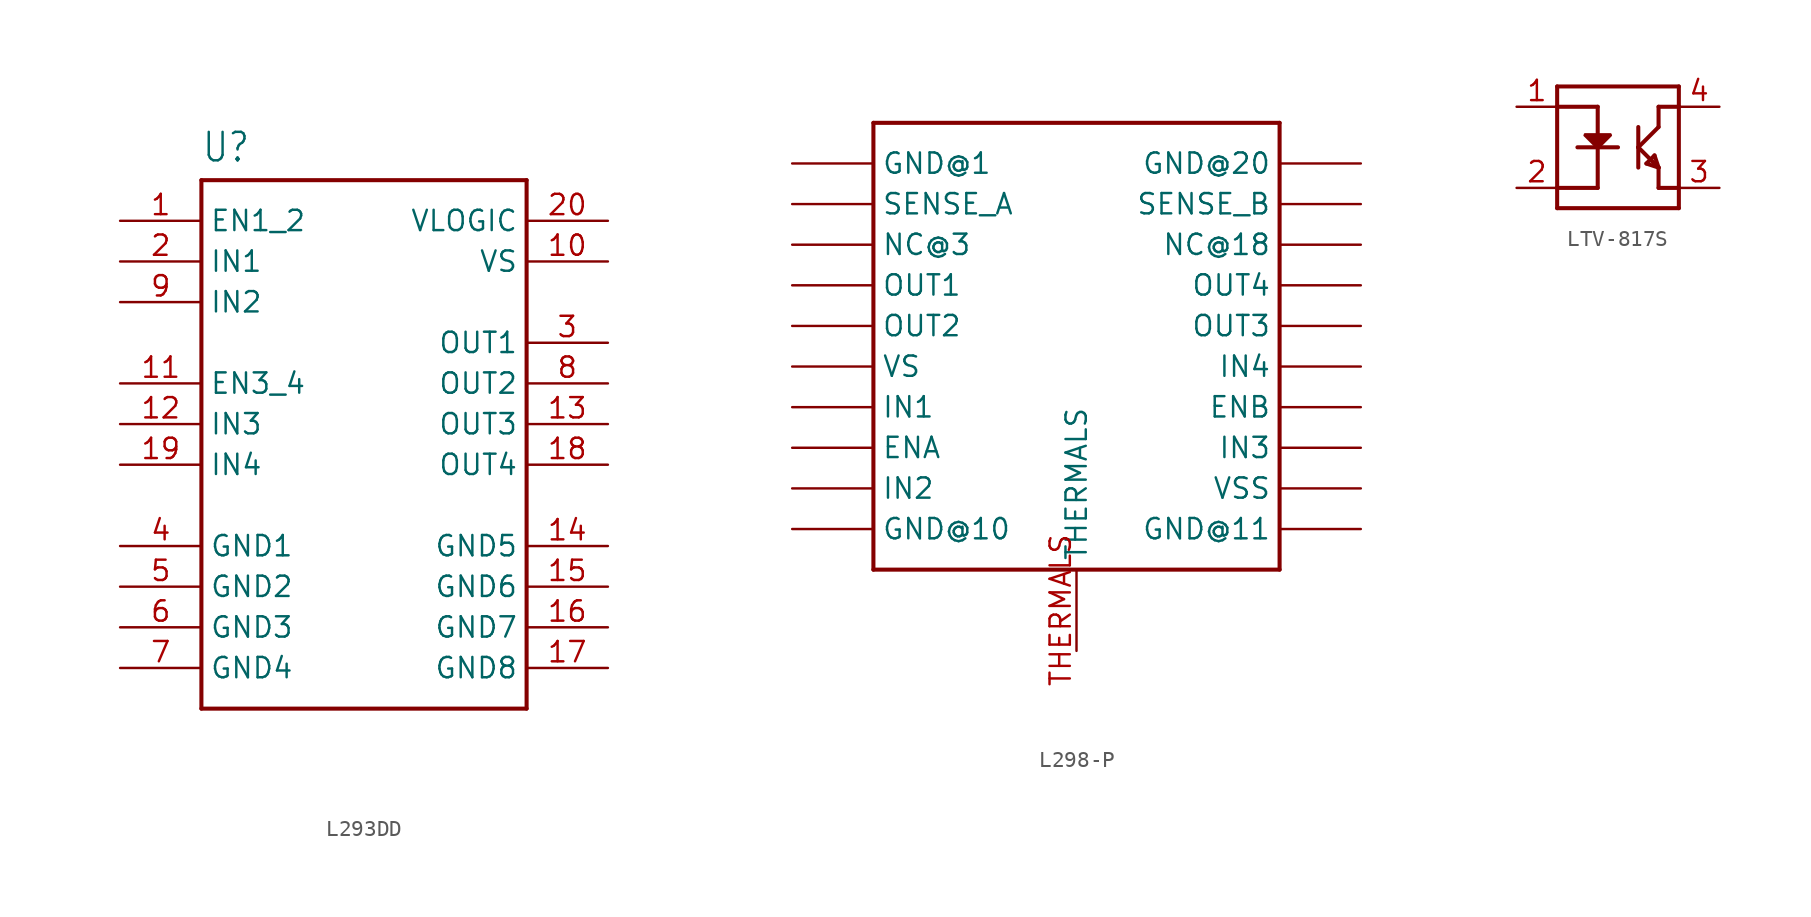
<source format=kicad_sym>
(kicad_symbol_lib
  (version 20241209)
  (generator "kicad_symbol_editor")
  (generator_version "9.0")
  (symbol "L293DD"
    (property "Reference" "U"
      (at -10.16 18.796 0)
      (effects (font (size 1.778 1.511)) (justify left bottom)))
    (property "Value" ""
      (at -10.16 -17.78 0)
      (effects (font (size 1.778 1.511)) (justify left bottom)))
    (property "ki_locked" ""
      (at 0 0 0)
      (effects (font (size 1.27 1.27))))
    (symbol "L293DD_1_0"
      (polyline (pts (xy -10.16 17.78) (xy -10.16 -15.24)) (stroke (width 0.254) (type solid)) (fill (type none)))
      (polyline (pts (xy -10.16 -15.24) (xy 10.16 -15.24)) (stroke (width 0.254) (type solid)) (fill (type none)))
      (polyline (pts (xy 10.16 17.78) (xy -10.16 17.78)) (stroke (width 0.254) (type solid)) (fill (type none)))
      (polyline (pts (xy 10.16 -15.24) (xy 10.16 17.78)) (stroke (width 0.254) (type solid)) (fill (type none)))
      (pin input line (at -15.24 15.24 0) (length 5.08) (name "EN1_2" (effects (font (size 1.27 1.27)))) (number "1" (effects (font (size 1.27 1.27)))))
      (pin input line (at -15.24 12.7 0) (length 5.08) (name "IN1" (effects (font (size 1.27 1.27)))) (number "2" (effects (font (size 1.27 1.27)))))
      (pin input line (at -15.24 10.16 0) (length 5.08) (name "IN2" (effects (font (size 1.27 1.27)))) (number "9" (effects (font (size 1.27 1.27)))))
      (pin input line (at -15.24 5.08 0) (length 5.08) (name "EN3_4" (effects (font (size 1.27 1.27)))) (number "11" (effects (font (size 1.27 1.27)))))
      (pin input line (at -15.24 2.54 0) (length 5.08) (name "IN3" (effects (font (size 1.27 1.27)))) (number "12" (effects (font (size 1.27 1.27)))))
      (pin input line (at -15.24 0 0) (length 5.08) (name "IN4" (effects (font (size 1.27 1.27)))) (number "19" (effects (font (size 1.27 1.27)))))
      (pin power_in line (at -15.24 -5.08 0) (length 5.08) (name "GND1" (effects (font (size 1.27 1.27)))) (number "4" (effects (font (size 1.27 1.27)))))
      (pin power_in line (at -15.24 -7.62 0) (length 5.08) (name "GND2" (effects (font (size 1.27 1.27)))) (number "5" (effects (font (size 1.27 1.27)))))
      (pin power_in line (at -15.24 -10.16 0) (length 5.08) (name "GND3" (effects (font (size 1.27 1.27)))) (number "6" (effects (font (size 1.27 1.27)))))
      (pin power_in line (at -15.24 -12.7 0) (length 5.08) (name "GND4" (effects (font (size 1.27 1.27)))) (number "7" (effects (font (size 1.27 1.27)))))
      (pin power_in line (at 15.24 15.24 180) (length 5.08) (name "VLOGIC" (effects (font (size 1.27 1.27)))) (number "20" (effects (font (size 1.27 1.27)))))
      (pin power_in line (at 15.24 12.7 180) (length 5.08) (name "VS" (effects (font (size 1.27 1.27)))) (number "10" (effects (font (size 1.27 1.27)))))
      (pin output line (at 15.24 7.62 180) (length 5.08) (name "OUT1" (effects (font (size 1.27 1.27)))) (number "3" (effects (font (size 1.27 1.27)))))
      (pin output line (at 15.24 5.08 180) (length 5.08) (name "OUT2" (effects (font (size 1.27 1.27)))) (number "8" (effects (font (size 1.27 1.27)))))
      (pin output line (at 15.24 2.54 180) (length 5.08) (name "OUT3" (effects (font (size 1.27 1.27)))) (number "13" (effects (font (size 1.27 1.27)))))
      (pin output line (at 15.24 0 180) (length 5.08) (name "OUT4" (effects (font (size 1.27 1.27)))) (number "18" (effects (font (size 1.27 1.27)))))
      (pin power_in line (at 15.24 -5.08 180) (length 5.08) (name "GND5" (effects (font (size 1.27 1.27)))) (number "14" (effects (font (size 1.27 1.27)))))
      (pin power_in line (at 15.24 -7.62 180) (length 5.08) (name "GND6" (effects (font (size 1.27 1.27)))) (number "15" (effects (font (size 1.27 1.27)))))
      (pin power_in line (at 15.24 -10.16 180) (length 5.08) (name "GND7" (effects (font (size 1.27 1.27)))) (number "16" (effects (font (size 1.27 1.27)))))
      (pin power_in line (at 15.24 -12.7 180) (length 5.08) (name "GND8" (effects (font (size 1.27 1.27)))) (number "17" (effects (font (size 1.27 1.27)))))))
  (symbol "L298-P"
    (property "Reference" "U"
      (at -12.446 15.748 0)
      (effects (font (size 1.778 1.511)) (justify left bottom) (hide yes)))
    (property "ki_locked" ""
      (at 0 0 0)
      (effects (font (size 1.27 1.27))))
    (symbol "L298-P_1_0"
      (polyline (pts (xy -12.7 15.24) (xy -12.7 -12.7)) (stroke (width 0.254) (type solid)) (fill (type none)))
      (polyline (pts (xy -12.7 -12.7) (xy 12.7 -12.7)) (stroke (width 0.254) (type solid)) (fill (type none)))
      (polyline (pts (xy 12.7 15.24) (xy -12.7 15.24)) (stroke (width 0.254) (type solid)) (fill (type none)))
      (polyline (pts (xy 12.7 -12.7) (xy 12.7 15.24)) (stroke (width 0.254) (type solid)) (fill (type none)))
      (pin bidirectional line (at -17.78 12.7 0) (length 5.08) (name "GND@1" (effects (font (size 1.27 1.27)))) (number "P$1" (effects (font (size 0 0)))))
      (pin bidirectional line (at -17.78 10.16 0) (length 5.08) (name "SENSE_A" (effects (font (size 1.27 1.27)))) (number "P$2" (effects (font (size 0 0)))))
      (pin bidirectional line (at -17.78 7.62 0) (length 5.08) (name "NC@3" (effects (font (size 1.27 1.27)))) (number "P$3" (effects (font (size 0 0)))))
      (pin bidirectional line (at -17.78 5.08 0) (length 5.08) (name "OUT1" (effects (font (size 1.27 1.27)))) (number "P$4" (effects (font (size 0 0)))))
      (pin bidirectional line (at -17.78 2.54 0) (length 5.08) (name "OUT2" (effects (font (size 1.27 1.27)))) (number "P$5" (effects (font (size 0 0)))))
      (pin bidirectional line (at -17.78 0 0) (length 5.08) (name "VS" (effects (font (size 1.27 1.27)))) (number "P$6" (effects (font (size 0 0)))))
      (pin bidirectional line (at -17.78 -2.54 0) (length 5.08) (name "IN1" (effects (font (size 1.27 1.27)))) (number "P$7" (effects (font (size 0 0)))))
      (pin bidirectional line (at -17.78 -5.08 0) (length 5.08) (name "ENA" (effects (font (size 1.27 1.27)))) (number "P$8" (effects (font (size 0 0)))))
      (pin bidirectional line (at -17.78 -7.62 0) (length 5.08) (name "IN2" (effects (font (size 1.27 1.27)))) (number "P$9" (effects (font (size 0 0)))))
      (pin bidirectional line (at -17.78 -10.16 0) (length 5.08) (name "GND@10" (effects (font (size 1.27 1.27)))) (number "P$10" (effects (font (size 0 0)))))
      (pin bidirectional line (at 0 -17.78 90) (length 5.08) (name "THERMALS" (effects (font (size 1.27 1.27)))) (number "THERMALS" (effects (font (size 1.27 1.27)))))
      (pin bidirectional line (at 17.78 12.7 180) (length 5.08) (name "GND@20" (effects (font (size 1.27 1.27)))) (number "P$20" (effects (font (size 0 0)))))
      (pin bidirectional line (at 17.78 10.16 180) (length 5.08) (name "SENSE_B" (effects (font (size 1.27 1.27)))) (number "P$19" (effects (font (size 0 0)))))
      (pin bidirectional line (at 17.78 7.62 180) (length 5.08) (name "NC@18" (effects (font (size 1.27 1.27)))) (number "P$18" (effects (font (size 0 0)))))
      (pin bidirectional line (at 17.78 5.08 180) (length 5.08) (name "OUT4" (effects (font (size 1.27 1.27)))) (number "P$17" (effects (font (size 0 0)))))
      (pin bidirectional line (at 17.78 2.54 180) (length 5.08) (name "OUT3" (effects (font (size 1.27 1.27)))) (number "P$16" (effects (font (size 0 0)))))
      (pin bidirectional line (at 17.78 0 180) (length 5.08) (name "IN4" (effects (font (size 1.27 1.27)))) (number "P$15" (effects (font (size 0 0)))))
      (pin bidirectional line (at 17.78 -2.54 180) (length 5.08) (name "ENB" (effects (font (size 1.27 1.27)))) (number "P$14" (effects (font (size 0 0)))))
      (pin bidirectional line (at 17.78 -5.08 180) (length 5.08) (name "IN3" (effects (font (size 1.27 1.27)))) (number "P$13" (effects (font (size 0 0)))))
      (pin bidirectional line (at 17.78 -7.62 180) (length 5.08) (name "VSS" (effects (font (size 1.27 1.27)))) (number "P$12" (effects (font (size 0 0)))))
      (pin bidirectional line (at 17.78 -10.16 180) (length 5.08) (name "GND@11" (effects (font (size 1.27 1.27)))) (number "P$11" (effects (font (size 0 0)))))))
  (symbol "LTV-817S"
    (property "Reference" "U"
      (at -5.08 4.318 0)
      (effects (font (size 1.778 1.778) (thickness 0.356) (bold yes)) (justify left bottom) (hide yes)))
    (property "ki_locked" ""
      (at 0 0 0)
      (effects (font (size 1.27 1.27))))
    (symbol "LTV-817S_1_0"
      (polyline (pts (xy -5.08 3.81) (xy -5.08 2.54)) (stroke (width 0.254) (type solid)) (fill (type none)))
      (polyline (pts (xy -5.08 2.54) (xy -5.08 -2.54)) (stroke (width 0.254) (type solid)) (fill (type none)))
      (polyline (pts (xy -5.08 -2.54) (xy -5.08 -3.81)) (stroke (width 0.254) (type solid)) (fill (type none)))
      (polyline (pts (xy -5.08 -2.54) (xy -2.54 -2.54)) (stroke (width 0.254) (type solid)) (fill (type none)))
      (polyline (pts (xy -5.08 -3.81) (xy 2.54 -3.81)) (stroke (width 0.254) (type solid)) (fill (type none)))
      (polyline (pts (xy -3.81 0) (xy -1.27 0)) (stroke (width 0.254) (type solid)) (fill (type none)))
      (polyline (pts (xy -3.362 0.75) (xy -2.54 -0.072) (xy -1.718 0.75) (xy -1.744 0.813) (xy -3.336 0.813)) (stroke (width 0.152) (type solid)) (fill (type outline)))
      (polyline (pts (xy -2.54 2.54) (xy -5.08 2.54)) (stroke (width 0.254) (type solid)) (fill (type none)))
      (polyline (pts (xy -2.54 -2.54) (xy -2.54 2.54)) (stroke (width 0.254) (type solid)) (fill (type none)))
      (polyline (pts (xy 0 1.27) (xy 0 0)) (stroke (width 0.254) (type solid)) (fill (type none)))
      (polyline (pts (xy 0 0) (xy 0 -1.27)) (stroke (width 0.254) (type solid)) (fill (type none)))
      (polyline (pts (xy 0 0) (xy 1.27 -1.27)) (stroke (width 0.254) (type solid)) (fill (type none)))
      (polyline (pts (xy 0.508 -1.016) (xy 1.016 -0.508)) (stroke (width 0.254) (type solid)) (fill (type none)))
      (polyline (pts (xy 1.016 -0.508) (xy 1.27 -1.27)) (stroke (width 0.254) (type solid)) (fill (type none)))
      (polyline (pts (xy 1.27 2.54) (xy 2.54 2.54)) (stroke (width 0.254) (type solid)) (fill (type none)))
      (polyline (pts (xy 1.27 1.27) (xy 0 0)) (stroke (width 0.254) (type solid)) (fill (type none)))
      (polyline (pts (xy 1.27 1.27) (xy 1.27 2.54)) (stroke (width 0.254) (type solid)) (fill (type none)))
      (polyline (pts (xy 1.27 -1.27) (xy 0.508 -1.016)) (stroke (width 0.254) (type solid)) (fill (type none)))
      (polyline (pts (xy 1.27 -1.27) (xy 1.27 -2.54)) (stroke (width 0.254) (type solid)) (fill (type none)))
      (polyline (pts (xy 1.27 -2.54) (xy 2.54 -2.54)) (stroke (width 0.254) (type solid)) (fill (type none)))
      (polyline (pts (xy 2.54 3.81) (xy -5.08 3.81)) (stroke (width 0.254) (type solid)) (fill (type none)))
      (polyline (pts (xy 2.54 2.54) (xy 2.54 3.81)) (stroke (width 0.254) (type solid)) (fill (type none)))
      (polyline (pts (xy 2.54 -2.54) (xy 2.54 2.54)) (stroke (width 0.254) (type solid)) (fill (type none)))
      (polyline (pts (xy 2.54 -3.81) (xy 2.54 -2.54)) (stroke (width 0.254) (type solid)) (fill (type none)))
      (pin bidirectional line (at -7.62 2.54 0) (length 2.54) (name "1" (effects (font (size 0 0)))) (number "1" (effects (font (size 1.27 1.27)))))
      (pin bidirectional line (at -7.62 -2.54 0) (length 2.54) (name "2" (effects (font (size 0 0)))) (number "2" (effects (font (size 1.27 1.27)))))
      (pin bidirectional line (at 5.08 2.54 180) (length 2.54) (name "4" (effects (font (size 0 0)))) (number "4" (effects (font (size 1.27 1.27)))))
      (pin bidirectional line (at 5.08 -2.54 180) (length 2.54) (name "3" (effects (font (size 0 0)))) (number "3" (effects (font (size 1.27 1.27))))))))
</source>
